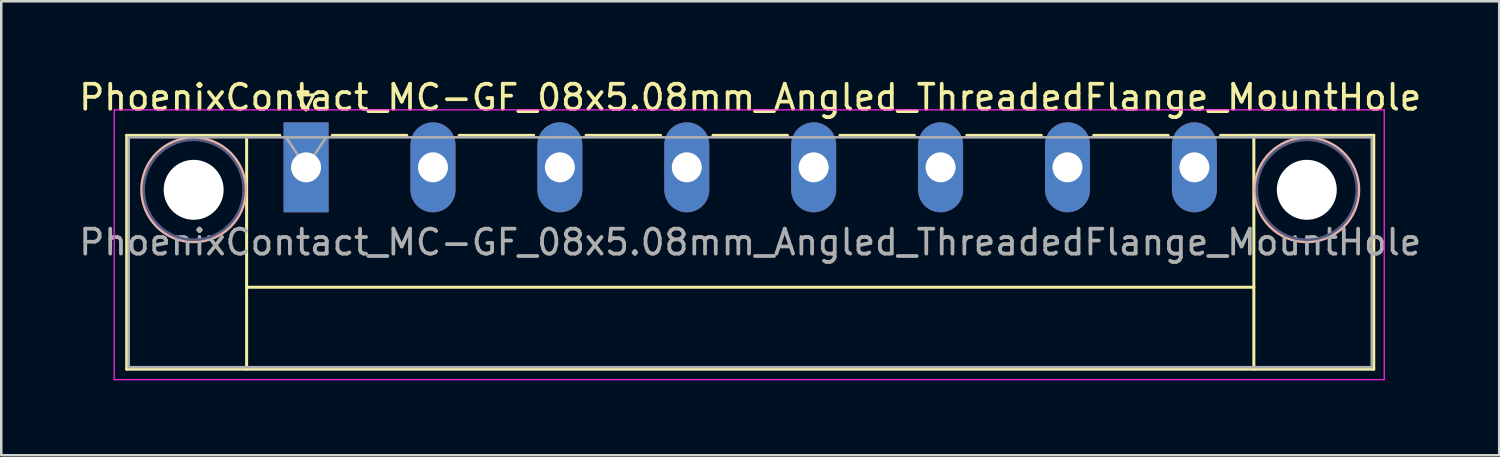
<source format=kicad_pcb>
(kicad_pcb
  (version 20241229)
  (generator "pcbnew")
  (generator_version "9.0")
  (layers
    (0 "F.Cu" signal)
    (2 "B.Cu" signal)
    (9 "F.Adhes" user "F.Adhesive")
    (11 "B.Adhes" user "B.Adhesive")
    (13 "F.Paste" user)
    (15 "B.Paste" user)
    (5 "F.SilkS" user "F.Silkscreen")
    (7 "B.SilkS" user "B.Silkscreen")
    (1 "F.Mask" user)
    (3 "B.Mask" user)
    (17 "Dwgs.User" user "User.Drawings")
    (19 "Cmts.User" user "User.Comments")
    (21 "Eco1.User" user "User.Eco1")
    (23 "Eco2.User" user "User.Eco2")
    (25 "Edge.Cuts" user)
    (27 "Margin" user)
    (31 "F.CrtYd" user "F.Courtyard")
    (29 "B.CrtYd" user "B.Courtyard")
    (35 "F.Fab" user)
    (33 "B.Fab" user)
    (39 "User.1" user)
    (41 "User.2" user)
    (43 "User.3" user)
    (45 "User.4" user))
  (footprint "PhoenixContact_MC-GF_08x5.08mm_Angled_ThreadedFlange_MountHole"
    (layer "F.Cu")
    (at 9.202 3.648)
    (property "Reference" "PhoenixContact_MC-GF_08x5.08mm_Angled_ThreadedFlange_MountHole" (at 17.78 -2.8 0) (layer "F.SilkS") (effects (font (size 1 1) (thickness 0.15))))
    (attr through_hole)
    (fp_line (start -7.18 -1.28) (end -7.18 8.08) (stroke (width 0.12) (type solid)) (layer "F.SilkS"))
    (fp_line (start -7.18 -1.28) (end -1.05 -1.28) (stroke (width 0.12) (type solid)) (layer "F.SilkS"))
    (fp_line (start -7.18 8.08) (end 42.74 8.08) (stroke (width 0.12) (type solid)) (layer "F.SilkS"))
    (fp_line (start -2.38 -1.28) (end -2.38 8.08) (stroke (width 0.12) (type solid)) (layer "F.SilkS"))
    (fp_line (start -2.38 4.8) (end 37.94 4.8) (stroke (width 0.12) (type solid)) (layer "F.SilkS"))
    (fp_line (start -0.3 -2.9) (end 0.3 -2.9) (stroke (width 0.12) (type solid)) (layer "F.SilkS"))
    (fp_line (start 0 -2.3) (end -0.3 -2.9) (stroke (width 0.12) (type solid)) (layer "F.SilkS"))
    (fp_line (start 0.3 -2.9) (end 0 -2.3) (stroke (width 0.12) (type solid)) (layer "F.SilkS"))
    (fp_line (start 1.05 -1.28) (end 4.03 -1.28) (stroke (width 0.12) (type solid)) (layer "F.SilkS"))
    (fp_line (start 6.13 -1.28) (end 9.11 -1.28) (stroke (width 0.12) (type solid)) (layer "F.SilkS"))
    (fp_line (start 11.21 -1.28) (end 14.19 -1.28) (stroke (width 0.12) (type solid)) (layer "F.SilkS"))
    (fp_line (start 16.29 -1.28) (end 19.27 -1.28) (stroke (width 0.12) (type solid)) (layer "F.SilkS"))
    (fp_line (start 21.37 -1.28) (end 24.35 -1.28) (stroke (width 0.12) (type solid)) (layer "F.SilkS"))
    (fp_line (start 26.45 -1.28) (end 29.43 -1.28) (stroke (width 0.12) (type solid)) (layer "F.SilkS"))
    (fp_line (start 31.53 -1.28) (end 34.51 -1.28) (stroke (width 0.12) (type solid)) (layer "F.SilkS"))
    (fp_line (start 37.94 -1.28) (end 37.94 8.08) (stroke (width 0.12) (type solid)) (layer "F.SilkS"))
    (fp_line (start 42.74 -1.28) (end 36.61 -1.28) (stroke (width 0.12) (type solid)) (layer "F.SilkS"))
    (fp_line (start 42.74 8.08) (end 42.74 -1.28) (stroke (width 0.12) (type solid)) (layer "F.SilkS"))
    (fp_circle (center -4.5 0.9) (end -2.42 0.9) (stroke (width 0.12) (type solid)) (fill no) (layer "B.SilkS"))
    (fp_circle (center 40.06 0.9) (end 42.14 0.9) (stroke (width 0.12) (type solid)) (fill no) (layer "B.SilkS"))
    (fp_line (start -7.68 -2.3) (end -7.68 8.5) (stroke (width 0.05) (type solid)) (layer "F.CrtYd"))
    (fp_line (start -7.68 8.5) (end 43.16 8.5) (stroke (width 0.05) (type solid)) (layer "F.CrtYd"))
    (fp_line (start 43.16 -2.3) (end -7.68 -2.3) (stroke (width 0.05) (type solid)) (layer "F.CrtYd"))
    (fp_line (start 43.16 8.5) (end 43.16 -2.3) (stroke (width 0.05) (type solid)) (layer "F.CrtYd"))
    (fp_circle (center -4.5 0.9) (end -2.5 0.9) (stroke (width 0.1) (type solid)) (fill no) (layer "B.Fab"))
    (fp_circle (center 40.06 0.9) (end 42.06 0.9) (stroke (width 0.1) (type solid)) (fill no) (layer "B.Fab"))
    (fp_line (start -7.1 -1.2) (end -7.1 8) (stroke (width 0.1) (type solid)) (layer "F.Fab"))
    (fp_line (start -7.1 8) (end 42.66 8) (stroke (width 0.1) (type solid)) (layer "F.Fab"))
    (fp_line (start 0 0) (end -0.8 -1.2) (stroke (width 0.1) (type solid)) (layer "F.Fab"))
    (fp_line (start 0.8 -1.2) (end 0 0) (stroke (width 0.1) (type solid)) (layer "F.Fab"))
    (fp_line (start 42.66 -1.2) (end -7.1 -1.2) (stroke (width 0.1) (type solid)) (layer "F.Fab"))
    (fp_line (start 42.66 8) (end 42.66 -1.2) (stroke (width 0.1) (type solid)) (layer "F.Fab"))
    (fp_text user "${REFERENCE}" (at 17.78 3 0) (layer "F.Fab") (effects (font (size 1 1) (thickness 0.15))))
    (pad "" np_thru_hole circle (at -4.5 0.9) (size 2.4 2.4) (drill 2.4) (layers "*.Cu" "*.Mask"))
    (pad "" np_thru_hole circle (at 40.06 0.9) (size 2.4 2.4) (drill 2.4) (layers "*.Cu" "*.Mask"))
    (pad "1" thru_hole rect (at 0 0) (size 1.8 3.6) (drill 1.2) (layers "*.Cu" "*.Mask"))
    (pad "2" thru_hole oval (at 5.08 0) (size 1.8 3.6) (drill 1.2) (layers "*.Cu" "*.Mask"))
    (pad "3" thru_hole oval (at 10.16 0) (size 1.8 3.6) (drill 1.2) (layers "*.Cu" "*.Mask"))
    (pad "4" thru_hole oval (at 15.24 0) (size 1.8 3.6) (drill 1.2) (layers "*.Cu" "*.Mask"))
    (pad "5" thru_hole oval (at 20.32 0) (size 1.8 3.6) (drill 1.2) (layers "*.Cu" "*.Mask"))
    (pad "6" thru_hole oval (at 25.4 0) (size 1.8 3.6) (drill 1.2) (layers "*.Cu" "*.Mask"))
    (pad "7" thru_hole oval (at 30.48 0) (size 1.8 3.6) (drill 1.2) (layers "*.Cu" "*.Mask"))
    (pad "8" thru_hole oval (at 35.56 0) (size 1.8 3.6) (drill 1.2) (layers "*.Cu" "*.Mask")))
  (gr_rect
    (start -3 -3)
    (end 56.964 15.173)
    (stroke (width 0.1) (type default))
    (fill no)
    (layer "Edge.Cuts")))
</source>
